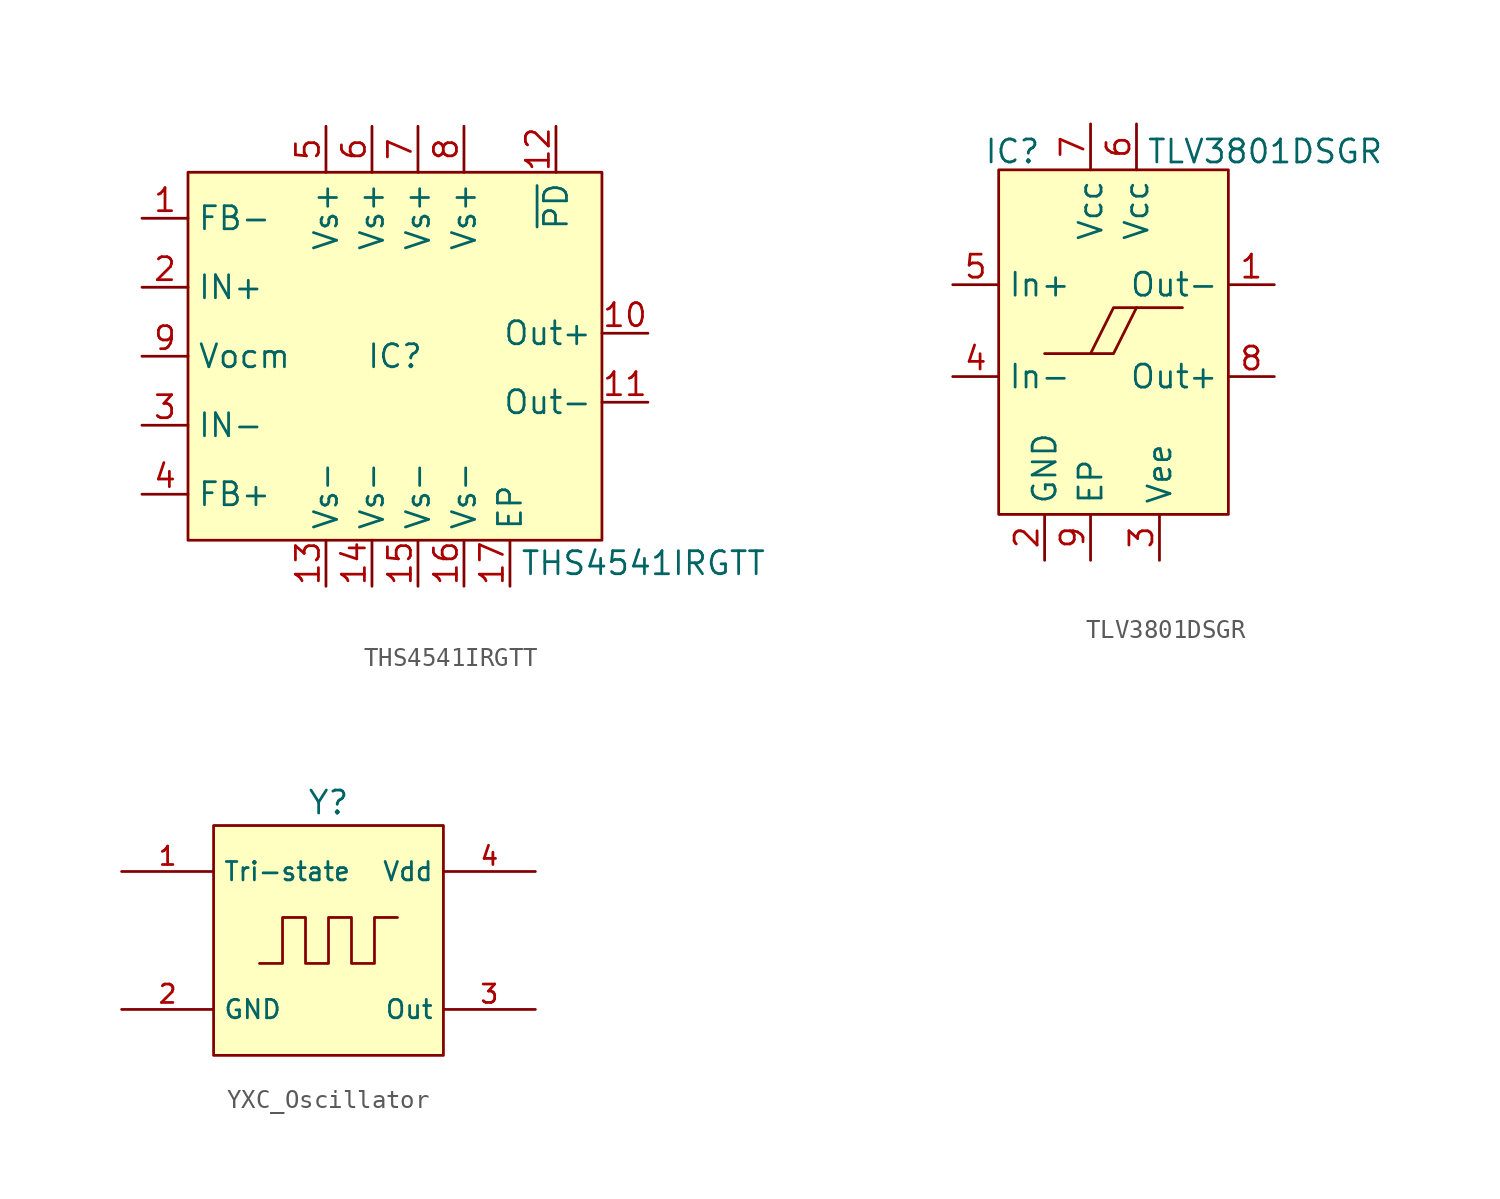
<source format=kicad_sym>
(kicad_symbol_lib
  (version 20241209)
  (generator "kicad_symbol_editor")
  (generator_version "9.0")
  (symbol "THS4541IRGTT"
    (property "Reference" "IC"
      (at 0 0 0)
      (effects (font (size 1.27 1.27))))
    (property "Value" "THS4541IRGTT"
      (at 13.716 -11.43 0)
      (effects (font (size 1.27 1.27))))
    (symbol "THS4541IRGTT_1_1"
      (rectangle (start -11.43 10.16) (end 11.43 -10.16) (stroke (width 0) (type solid)) (fill (type background)))
      (pin passive line (at -13.97 7.62 0) (length 2.54) (name "FB-" (effects (font (size 1.27 1.27)))) (number "1" (effects (font (size 1.27 1.27)))))
      (pin passive line (at -13.97 3.81 0) (length 2.54) (name "IN+" (effects (font (size 1.27 1.27)))) (number "2" (effects (font (size 1.27 1.27)))))
      (pin passive line (at -13.97 0 0) (length 2.54) (name "Vocm" (effects (font (size 1.27 1.27)))) (number "9" (effects (font (size 1.27 1.27)))))
      (pin passive line (at -13.97 -3.81 0) (length 2.54) (name "IN-" (effects (font (size 1.27 1.27)))) (number "3" (effects (font (size 1.27 1.27)))))
      (pin passive line (at -13.97 -7.62 0) (length 2.54) (name "FB+" (effects (font (size 1.27 1.27)))) (number "4" (effects (font (size 1.27 1.27)))))
      (pin passive line (at -3.81 12.7 270) (length 2.54) (name "Vs+" (effects (font (size 1.27 1.27)))) (number "5" (effects (font (size 1.27 1.27)))))
      (pin passive line (at -3.81 -12.7 90) (length 2.54) (name "Vs-" (effects (font (size 1.27 1.27)))) (number "13" (effects (font (size 1.27 1.27)))))
      (pin passive line (at -1.27 12.7 270) (length 2.54) (name "Vs+" (effects (font (size 1.27 1.27)))) (number "6" (effects (font (size 1.27 1.27)))))
      (pin passive line (at -1.27 -12.7 90) (length 2.54) (name "Vs-" (effects (font (size 1.27 1.27)))) (number "14" (effects (font (size 1.27 1.27)))))
      (pin passive line (at 1.27 12.7 270) (length 2.54) (name "Vs+" (effects (font (size 1.27 1.27)))) (number "7" (effects (font (size 1.27 1.27)))))
      (pin passive line (at 1.27 -12.7 90) (length 2.54) (name "Vs-" (effects (font (size 1.27 1.27)))) (number "15" (effects (font (size 1.27 1.27)))))
      (pin passive line (at 3.81 12.7 270) (length 2.54) (name "Vs+" (effects (font (size 1.27 1.27)))) (number "8" (effects (font (size 1.27 1.27)))))
      (pin passive line (at 3.81 -12.7 90) (length 2.54) (name "Vs-" (effects (font (size 1.27 1.27)))) (number "16" (effects (font (size 1.27 1.27)))))
      (pin passive line (at 6.35 -12.7 90) (length 2.54) (name "EP" (effects (font (size 1.27 1.27)))) (number "17" (effects (font (size 1.27 1.27)))))
      (pin passive line (at 8.89 12.7 270) (length 2.54) (name "~{PD}" (effects (font (size 1.27 1.27)))) (number "12" (effects (font (size 1.27 1.27)))))
      (pin passive line (at 13.97 1.27 180) (length 2.54) (name "Out+" (effects (font (size 1.27 1.27)))) (number "10" (effects (font (size 1.27 1.27)))))
      (pin passive line (at 13.97 -2.54 180) (length 2.54) (name "Out-" (effects (font (size 1.27 1.27)))) (number "11" (effects (font (size 1.27 1.27)))))))
  (symbol "TLV3801DSGR"
    (property "Reference" "IC"
      (at -5.588 9.906 0)
      (effects (font (size 1.27 1.27))))
    (property "Value" "TLV3801DSGR"
      (at 8.382 9.906 0)
      (effects (font (size 1.27 1.27))))
    (symbol "TLV3801DSGR_1_1"
      (rectangle (start -6.35 8.89) (end 6.35 -10.16) (stroke (width 0) (type solid)) (fill (type background)))
      (polyline (pts (xy -3.81 -1.27) (xy 0 -1.27) (xy 1.27 1.27) (xy 0 1.27) (xy -1.27 -1.27)) (stroke (width 0) (type default)) (fill (type none)))
      (polyline (pts (xy 1.27 1.27) (xy 3.81 1.27)) (stroke (width 0) (type default)) (fill (type none)))
      (pin passive line (at -8.89 2.54 0) (length 2.54) (name "In+" (effects (font (size 1.27 1.27)))) (number "5" (effects (font (size 1.27 1.27)))))
      (pin passive line (at -8.89 -2.54 0) (length 2.54) (name "In-" (effects (font (size 1.27 1.27)))) (number "4" (effects (font (size 1.27 1.27)))))
      (pin passive line (at -3.81 -12.7 90) (length 2.54) (name "GND" (effects (font (size 1.27 1.27)))) (number "2" (effects (font (size 1.27 1.27)))))
      (pin passive line (at -1.27 11.43 270) (length 2.54) (name "Vcc" (effects (font (size 1.27 1.27)))) (number "7" (effects (font (size 1.27 1.27)))))
      (pin passive line (at -1.27 -12.7 90) (length 2.54) (name "EP" (effects (font (size 1.27 1.27)))) (number "9" (effects (font (size 1.27 1.27)))))
      (pin passive line (at 1.27 11.43 270) (length 2.54) (name "Vcc" (effects (font (size 1.27 1.27)))) (number "6" (effects (font (size 1.27 1.27)))))
      (pin passive line (at 2.54 -12.7 90) (length 2.54) (name "Vee" (effects (font (size 1.27 1.27)))) (number "3" (effects (font (size 1.27 1.27)))))
      (pin passive line (at 8.89 2.54 180) (length 2.54) (name "Out-" (effects (font (size 1.27 1.27)))) (number "1" (effects (font (size 1.27 1.27)))))
      (pin passive line (at 8.89 -2.54 180) (length 2.54) (name "Out+" (effects (font (size 1.27 1.27)))) (number "8" (effects (font (size 1.27 1.27)))))))
  (symbol "YXC_Oscillator"
    (property "Reference" "Y"
      (at 0 7.62 0)
      (effects (font (size 1.27 1.27))))
    (property "Value" ""
      (at 0 0 0)
      (effects (font (size 1.27 1.27))))
    (symbol "YXC_Oscillator_1_0"
      (pin passive line (at -11.43 3.81 0) (length 5.08) (name "Tri-state" (effects (font (size 1.016 1.016)))) (number "1" (effects (font (size 1.016 1.016)))))
      (pin passive line (at -11.43 -3.81 0) (length 5.08) (name "GND" (effects (font (size 1.016 1.016)))) (number "2" (effects (font (size 1.016 1.016)))))
      (pin passive line (at 11.43 3.81 180) (length 5.08) (name "Vdd" (effects (font (size 1.016 1.016)))) (number "4" (effects (font (size 1.016 1.016)))))
      (pin passive line (at 11.43 -3.81 180) (length 5.08) (name "Out" (effects (font (size 1.016 1.016)))) (number "3" (effects (font (size 1.016 1.016))))))
    (symbol "YXC_Oscillator_1_1"
      (rectangle (start -6.35 6.35) (end 6.35 -6.35) (stroke (width 0) (type solid)) (fill (type background)))
      (polyline (pts (xy -3.81 -1.27) (xy -2.54 -1.27) (xy -2.54 1.27) (xy -1.27 1.27) (xy -1.27 -1.27) (xy 0 -1.27) (xy 0 1.27) (xy 1.27 1.27) (xy 1.27 -1.27) (xy 2.54 -1.27) (xy 2.54 1.27) (xy 3.81 1.27)) (stroke (width 0) (type default)) (fill (type none))))))
</source>
